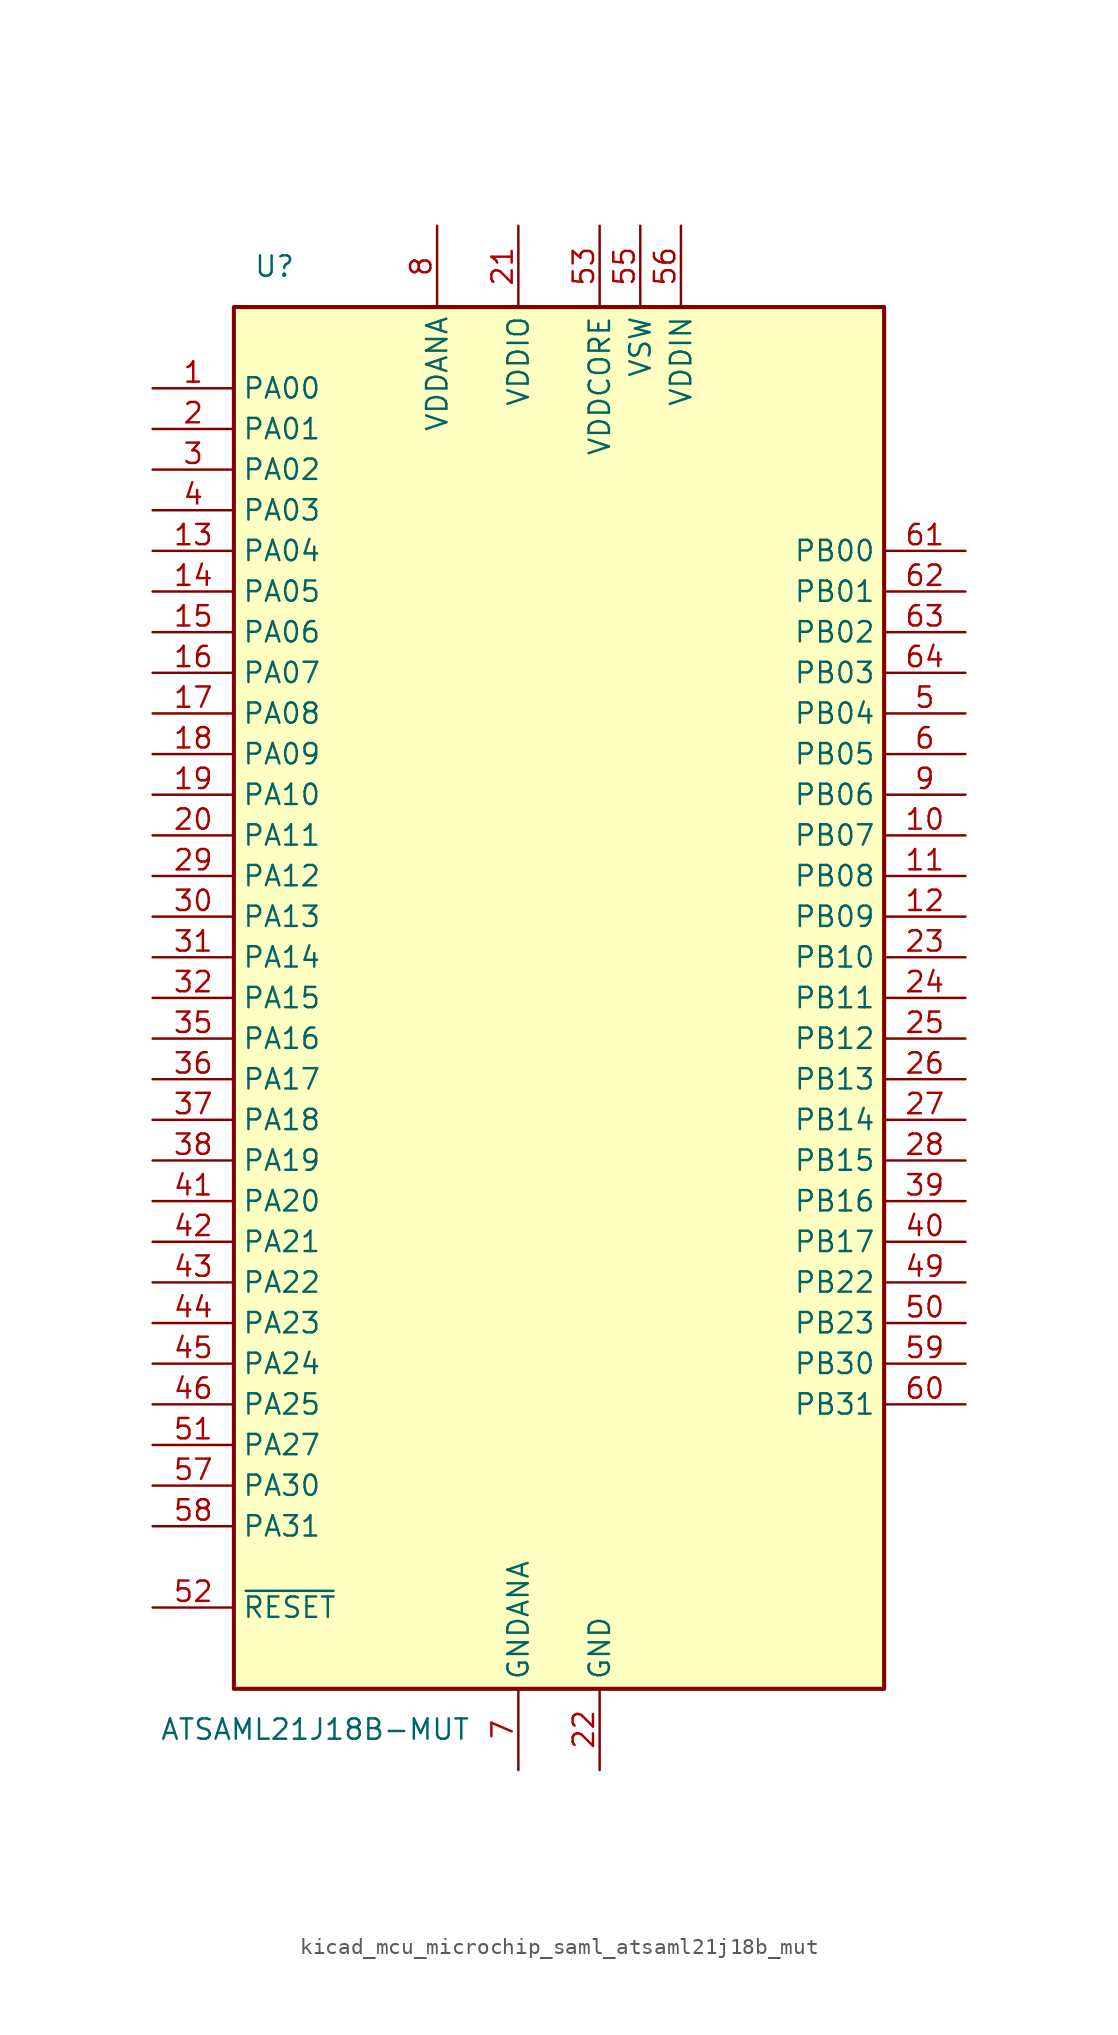
<source format=kicad_sym>
(kicad_symbol_lib
  (version 20220914)
  (generator kicad_symbol_editor)
  (symbol "kicad_mcu_microchip_saml_atsaml21j18b_mut"
    (property "Reference" "U"
      (at -17.78 45.72 0)
      (effects (font (size 1.27 1.27))))
    (property "Value" "ATSAML21J18B-MUT"
      (at -15.24 -45.72 0)
      (effects (font (size 1.27 1.27))))
    (symbol "kicad_mcu_microchip_saml_atsaml21j18b_mut_0_1"
      (rectangle (start -20.32 43.18) (end 20.32 -43.18) (stroke (width 0.254) (type default)) (fill (type background))))
    (symbol "kicad_mcu_microchip_saml_atsaml21j18b_mut_1_1"
      (pin bidirectional line (at -25.4 38.1 0) (length 5.08) (name "PA00" (effects (font (size 1.27 1.27)))) (number "1" (effects (font (size 1.27 1.27)))))
      (pin bidirectional line (at 25.4 10.16 180) (length 5.08) (name "PB07" (effects (font (size 1.27 1.27)))) (number "10" (effects (font (size 1.27 1.27)))))
      (pin bidirectional line (at 25.4 7.62 180) (length 5.08) (name "PB08" (effects (font (size 1.27 1.27)))) (number "11" (effects (font (size 1.27 1.27)))))
      (pin bidirectional line (at 25.4 5.08 180) (length 5.08) (name "PB09" (effects (font (size 1.27 1.27)))) (number "12" (effects (font (size 1.27 1.27)))))
      (pin bidirectional line (at -25.4 27.94 0) (length 5.08) (name "PA04" (effects (font (size 1.27 1.27)))) (number "13" (effects (font (size 1.27 1.27)))))
      (pin bidirectional line (at -25.4 25.4 0) (length 5.08) (name "PA05" (effects (font (size 1.27 1.27)))) (number "14" (effects (font (size 1.27 1.27)))))
      (pin bidirectional line (at -25.4 22.86 0) (length 5.08) (name "PA06" (effects (font (size 1.27 1.27)))) (number "15" (effects (font (size 1.27 1.27)))))
      (pin bidirectional line (at -25.4 20.32 0) (length 5.08) (name "PA07" (effects (font (size 1.27 1.27)))) (number "16" (effects (font (size 1.27 1.27)))))
      (pin bidirectional line (at -25.4 17.78 0) (length 5.08) (name "PA08" (effects (font (size 1.27 1.27)))) (number "17" (effects (font (size 1.27 1.27)))))
      (pin bidirectional line (at -25.4 15.24 0) (length 5.08) (name "PA09" (effects (font (size 1.27 1.27)))) (number "18" (effects (font (size 1.27 1.27)))))
      (pin bidirectional line (at -25.4 12.7 0) (length 5.08) (name "PA10" (effects (font (size 1.27 1.27)))) (number "19" (effects (font (size 1.27 1.27)))))
      (pin bidirectional line (at -25.4 35.56 0) (length 5.08) (name "PA01" (effects (font (size 1.27 1.27)))) (number "2" (effects (font (size 1.27 1.27)))))
      (pin bidirectional line (at -25.4 10.16 0) (length 5.08) (name "PA11" (effects (font (size 1.27 1.27)))) (number "20" (effects (font (size 1.27 1.27)))))
      (pin power_in line (at -2.54 48.26 270) (length 5.08) (name "VDDIO" (effects (font (size 1.27 1.27)))) (number "21" (effects (font (size 1.27 1.27)))))
      (pin power_in line (at 2.54 -48.26 90) (length 5.08) (name "GND" (effects (font (size 1.27 1.27)))) (number "22" (effects (font (size 1.27 1.27)))))
      (pin bidirectional line (at 25.4 2.54 180) (length 5.08) (name "PB10" (effects (font (size 1.27 1.27)))) (number "23" (effects (font (size 1.27 1.27)))))
      (pin bidirectional line (at 25.4 0 180) (length 5.08) (name "PB11" (effects (font (size 1.27 1.27)))) (number "24" (effects (font (size 1.27 1.27)))))
      (pin bidirectional line (at 25.4 -2.54 180) (length 5.08) (name "PB12" (effects (font (size 1.27 1.27)))) (number "25" (effects (font (size 1.27 1.27)))))
      (pin bidirectional line (at 25.4 -5.08 180) (length 5.08) (name "PB13" (effects (font (size 1.27 1.27)))) (number "26" (effects (font (size 1.27 1.27)))))
      (pin bidirectional line (at 25.4 -7.62 180) (length 5.08) (name "PB14" (effects (font (size 1.27 1.27)))) (number "27" (effects (font (size 1.27 1.27)))))
      (pin bidirectional line (at 25.4 -10.16 180) (length 5.08) (name "PB15" (effects (font (size 1.27 1.27)))) (number "28" (effects (font (size 1.27 1.27)))))
      (pin bidirectional line (at -25.4 7.62 0) (length 5.08) (name "PA12" (effects (font (size 1.27 1.27)))) (number "29" (effects (font (size 1.27 1.27)))))
      (pin bidirectional line (at -25.4 33.02 0) (length 5.08) (name "PA02" (effects (font (size 1.27 1.27)))) (number "3" (effects (font (size 1.27 1.27)))))
      (pin bidirectional line (at -25.4 5.08 0) (length 5.08) (name "PA13" (effects (font (size 1.27 1.27)))) (number "30" (effects (font (size 1.27 1.27)))))
      (pin bidirectional line (at -25.4 2.54 0) (length 5.08) (name "PA14" (effects (font (size 1.27 1.27)))) (number "31" (effects (font (size 1.27 1.27)))))
      (pin bidirectional line (at -25.4 0 0) (length 5.08) (name "PA15" (effects (font (size 1.27 1.27)))) (number "32" (effects (font (size 1.27 1.27)))))
      (pin passive line (at 2.54 -48.26 90) (length 5.08) hide (name "GND" (effects (font (size 1.27 1.27)))) (number "33" (effects (font (size 1.27 1.27)))))
      (pin passive line (at -2.54 48.26 270) (length 5.08) hide (name "VDDIO" (effects (font (size 1.27 1.27)))) (number "34" (effects (font (size 1.27 1.27)))))
      (pin bidirectional line (at -25.4 -2.54 0) (length 5.08) (name "PA16" (effects (font (size 1.27 1.27)))) (number "35" (effects (font (size 1.27 1.27)))))
      (pin bidirectional line (at -25.4 -5.08 0) (length 5.08) (name "PA17" (effects (font (size 1.27 1.27)))) (number "36" (effects (font (size 1.27 1.27)))))
      (pin bidirectional line (at -25.4 -7.62 0) (length 5.08) (name "PA18" (effects (font (size 1.27 1.27)))) (number "37" (effects (font (size 1.27 1.27)))))
      (pin bidirectional line (at -25.4 -10.16 0) (length 5.08) (name "PA19" (effects (font (size 1.27 1.27)))) (number "38" (effects (font (size 1.27 1.27)))))
      (pin bidirectional line (at 25.4 -12.7 180) (length 5.08) (name "PB16" (effects (font (size 1.27 1.27)))) (number "39" (effects (font (size 1.27 1.27)))))
      (pin bidirectional line (at -25.4 30.48 0) (length 5.08) (name "PA03" (effects (font (size 1.27 1.27)))) (number "4" (effects (font (size 1.27 1.27)))))
      (pin bidirectional line (at 25.4 -15.24 180) (length 5.08) (name "PB17" (effects (font (size 1.27 1.27)))) (number "40" (effects (font (size 1.27 1.27)))))
      (pin bidirectional line (at -25.4 -12.7 0) (length 5.08) (name "PA20" (effects (font (size 1.27 1.27)))) (number "41" (effects (font (size 1.27 1.27)))))
      (pin bidirectional line (at -25.4 -15.24 0) (length 5.08) (name "PA21" (effects (font (size 1.27 1.27)))) (number "42" (effects (font (size 1.27 1.27)))))
      (pin bidirectional line (at -25.4 -17.78 0) (length 5.08) (name "PA22" (effects (font (size 1.27 1.27)))) (number "43" (effects (font (size 1.27 1.27)))))
      (pin bidirectional line (at -25.4 -20.32 0) (length 5.08) (name "PA23" (effects (font (size 1.27 1.27)))) (number "44" (effects (font (size 1.27 1.27)))))
      (pin bidirectional line (at -25.4 -22.86 0) (length 5.08) (name "PA24" (effects (font (size 1.27 1.27)))) (number "45" (effects (font (size 1.27 1.27)))))
      (pin bidirectional line (at -25.4 -25.4 0) (length 5.08) (name "PA25" (effects (font (size 1.27 1.27)))) (number "46" (effects (font (size 1.27 1.27)))))
      (pin passive line (at 2.54 -48.26 90) (length 5.08) hide (name "GND" (effects (font (size 1.27 1.27)))) (number "47" (effects (font (size 1.27 1.27)))))
      (pin passive line (at -2.54 48.26 270) (length 5.08) hide (name "VDDIO" (effects (font (size 1.27 1.27)))) (number "48" (effects (font (size 1.27 1.27)))))
      (pin bidirectional line (at 25.4 -17.78 180) (length 5.08) (name "PB22" (effects (font (size 1.27 1.27)))) (number "49" (effects (font (size 1.27 1.27)))))
      (pin bidirectional line (at 25.4 17.78 180) (length 5.08) (name "PB04" (effects (font (size 1.27 1.27)))) (number "5" (effects (font (size 1.27 1.27)))))
      (pin bidirectional line (at 25.4 -20.32 180) (length 5.08) (name "PB23" (effects (font (size 1.27 1.27)))) (number "50" (effects (font (size 1.27 1.27)))))
      (pin bidirectional line (at -25.4 -27.94 0) (length 5.08) (name "PA27" (effects (font (size 1.27 1.27)))) (number "51" (effects (font (size 1.27 1.27)))))
      (pin input line (at -25.4 -38.1 0) (length 5.08) (name "~{RESET}" (effects (font (size 1.27 1.27)))) (number "52" (effects (font (size 1.27 1.27)))))
      (pin power_in line (at 2.54 48.26 270) (length 5.08) (name "VDDCORE" (effects (font (size 1.27 1.27)))) (number "53" (effects (font (size 1.27 1.27)))))
      (pin passive line (at 2.54 -48.26 90) (length 5.08) hide (name "GND" (effects (font (size 1.27 1.27)))) (number "54" (effects (font (size 1.27 1.27)))))
      (pin power_out line (at 5.08 48.26 270) (length 5.08) (name "VSW" (effects (font (size 1.27 1.27)))) (number "55" (effects (font (size 1.27 1.27)))))
      (pin power_in line (at 7.62 48.26 270) (length 5.08) (name "VDDIN" (effects (font (size 1.27 1.27)))) (number "56" (effects (font (size 1.27 1.27)))))
      (pin bidirectional line (at -25.4 -30.48 0) (length 5.08) (name "PA30" (effects (font (size 1.27 1.27)))) (number "57" (effects (font (size 1.27 1.27)))))
      (pin bidirectional line (at -25.4 -33.02 0) (length 5.08) (name "PA31" (effects (font (size 1.27 1.27)))) (number "58" (effects (font (size 1.27 1.27)))))
      (pin bidirectional line (at 25.4 -22.86 180) (length 5.08) (name "PB30" (effects (font (size 1.27 1.27)))) (number "59" (effects (font (size 1.27 1.27)))))
      (pin bidirectional line (at 25.4 15.24 180) (length 5.08) (name "PB05" (effects (font (size 1.27 1.27)))) (number "6" (effects (font (size 1.27 1.27)))))
      (pin bidirectional line (at 25.4 -25.4 180) (length 5.08) (name "PB31" (effects (font (size 1.27 1.27)))) (number "60" (effects (font (size 1.27 1.27)))))
      (pin bidirectional line (at 25.4 27.94 180) (length 5.08) (name "PB00" (effects (font (size 1.27 1.27)))) (number "61" (effects (font (size 1.27 1.27)))))
      (pin bidirectional line (at 25.4 25.4 180) (length 5.08) (name "PB01" (effects (font (size 1.27 1.27)))) (number "62" (effects (font (size 1.27 1.27)))))
      (pin bidirectional line (at 25.4 22.86 180) (length 5.08) (name "PB02" (effects (font (size 1.27 1.27)))) (number "63" (effects (font (size 1.27 1.27)))))
      (pin bidirectional line (at 25.4 20.32 180) (length 5.08) (name "PB03" (effects (font (size 1.27 1.27)))) (number "64" (effects (font (size 1.27 1.27)))))
      (pin power_in line (at -2.54 -48.26 90) (length 5.08) (name "GNDANA" (effects (font (size 1.27 1.27)))) (number "7" (effects (font (size 1.27 1.27)))))
      (pin power_in line (at -7.62 48.26 270) (length 5.08) (name "VDDANA" (effects (font (size 1.27 1.27)))) (number "8" (effects (font (size 1.27 1.27)))))
      (pin bidirectional line (at 25.4 12.7 180) (length 5.08) (name "PB06" (effects (font (size 1.27 1.27)))) (number "9" (effects (font (size 1.27 1.27))))))))
</source>
